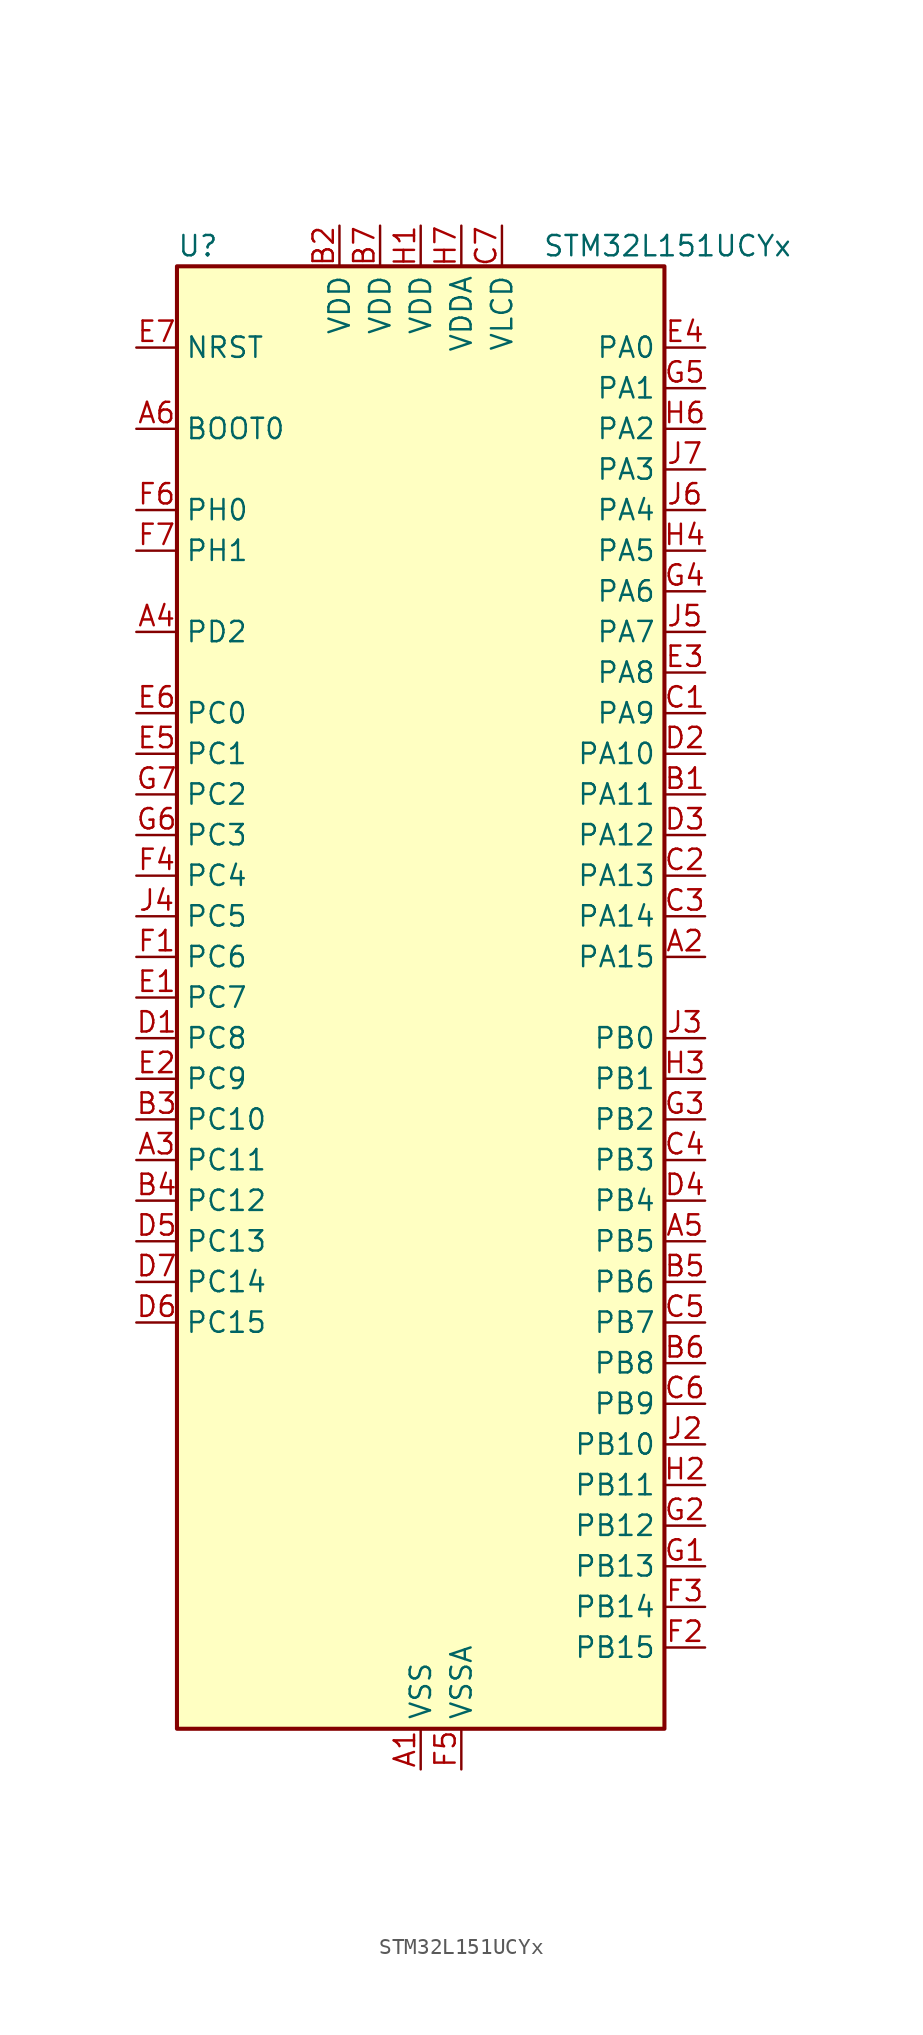
<source format=kicad_sym>
(kicad_symbol_lib
  (version 20241209)
  (generator "kicad_symbol_editor")
  (generator_version "9.0")
  (symbol "STM32L151UCYx"
    (property "Reference" "U"
      (at -15.24 46.99 0)
      (effects (font (size 1.27 1.27)) (justify left)))
    (property "Value" "STM32L151UCYx"
      (at 7.62 46.99 0)
      (effects (font (size 1.27 1.27)) (justify left)))
    (symbol "STM32L151UCYx_0_1"
      (rectangle (start -15.24 -45.72) (end 15.24 45.72) (stroke (width 0.254) (type default)) (fill (type background))))
    (symbol "STM32L151UCYx_1_1"
      (pin input line (at -17.78 40.64 0) (length 2.54) (name "NRST" (effects (font (size 1.27 1.27)))) (number "E7" (effects (font (size 1.27 1.27)))))
      (pin input line (at -17.78 35.56 0) (length 2.54) (name "BOOT0" (effects (font (size 1.27 1.27)))) (number "A6" (effects (font (size 1.27 1.27)))))
      (pin bidirectional line (at -17.78 30.48 0) (length 2.54) (name "PH0" (effects (font (size 1.27 1.27)))) (number "F6" (effects (font (size 1.27 1.27)))) (alternate "RCC_OSC_IN" bidirectional line))
      (pin bidirectional line (at -17.78 27.94 0) (length 2.54) (name "PH1" (effects (font (size 1.27 1.27)))) (number "F7" (effects (font (size 1.27 1.27)))) (alternate "RCC_OSC_OUT" bidirectional line))
      (pin bidirectional line (at -17.78 22.86 0) (length 2.54) (name "PD2" (effects (font (size 1.27 1.27)))) (number "A4" (effects (font (size 1.27 1.27)))) (alternate "TIM3_ETR" bidirectional line) (alternate "TIMX_IC3" bidirectional line))
      (pin bidirectional line (at -17.78 17.78 0) (length 2.54) (name "PC0" (effects (font (size 1.27 1.27)))) (number "E6" (effects (font (size 1.27 1.27)))) (alternate "ADC_IN10" bidirectional line) (alternate "COMP1_INP" bidirectional line) (alternate "TIMX_IC1" bidirectional line) (alternate "TS_G8_IO1" bidirectional line))
      (pin bidirectional line (at -17.78 15.24 0) (length 2.54) (name "PC1" (effects (font (size 1.27 1.27)))) (number "E5" (effects (font (size 1.27 1.27)))) (alternate "ADC_IN11" bidirectional line) (alternate "COMP1_INP" bidirectional line) (alternate "TIMX_IC2" bidirectional line) (alternate "TS_G8_IO2" bidirectional line))
      (pin bidirectional line (at -17.78 12.7 0) (length 2.54) (name "PC2" (effects (font (size 1.27 1.27)))) (number "G7" (effects (font (size 1.27 1.27)))) (alternate "ADC_IN12" bidirectional line) (alternate "COMP1_INP" bidirectional line) (alternate "TIMX_IC3" bidirectional line) (alternate "TS_G8_IO3" bidirectional line))
      (pin bidirectional line (at -17.78 10.16 0) (length 2.54) (name "PC3" (effects (font (size 1.27 1.27)))) (number "G6" (effects (font (size 1.27 1.27)))) (alternate "ADC_IN13" bidirectional line) (alternate "COMP1_INP" bidirectional line) (alternate "TIMX_IC4" bidirectional line) (alternate "TS_G8_IO4" bidirectional line))
      (pin bidirectional line (at -17.78 7.62 0) (length 2.54) (name "PC4" (effects (font (size 1.27 1.27)))) (number "F4" (effects (font (size 1.27 1.27)))) (alternate "ADC_IN14" bidirectional line) (alternate "COMP1_INP" bidirectional line) (alternate "TIMX_IC1" bidirectional line) (alternate "TS_G9_IO1" bidirectional line))
      (pin bidirectional line (at -17.78 5.08 0) (length 2.54) (name "PC5" (effects (font (size 1.27 1.27)))) (number "J4" (effects (font (size 1.27 1.27)))) (alternate "ADC_IN15" bidirectional line) (alternate "COMP1_INP" bidirectional line) (alternate "TIMX_IC2" bidirectional line) (alternate "TS_G9_IO2" bidirectional line))
      (pin bidirectional line (at -17.78 2.54 0) (length 2.54) (name "PC6" (effects (font (size 1.27 1.27)))) (number "F1" (effects (font (size 1.27 1.27)))) (alternate "I2S2_MCK" bidirectional line) (alternate "TIM3_CH1" bidirectional line) (alternate "TIMX_IC3" bidirectional line) (alternate "TS_G10_IO1" bidirectional line))
      (pin bidirectional line (at -17.78 0 0) (length 2.54) (name "PC7" (effects (font (size 1.27 1.27)))) (number "E1" (effects (font (size 1.27 1.27)))) (alternate "I2S3_MCK" bidirectional line) (alternate "TIM3_CH2" bidirectional line) (alternate "TIMX_IC4" bidirectional line) (alternate "TS_G10_IO2" bidirectional line))
      (pin bidirectional line (at -17.78 -2.54 0) (length 2.54) (name "PC8" (effects (font (size 1.27 1.27)))) (number "D1" (effects (font (size 1.27 1.27)))) (alternate "TIM3_CH3" bidirectional line) (alternate "TIMX_IC1" bidirectional line) (alternate "TS_G10_IO3" bidirectional line))
      (pin bidirectional line (at -17.78 -5.08 0) (length 2.54) (name "PC9" (effects (font (size 1.27 1.27)))) (number "E2" (effects (font (size 1.27 1.27)))) (alternate "DAC_EXTI9" bidirectional line) (alternate "TIM3_CH4" bidirectional line) (alternate "TIMX_IC2" bidirectional line) (alternate "TS_G10_IO4" bidirectional line))
      (pin bidirectional line (at -17.78 -7.62 0) (length 2.54) (name "PC10" (effects (font (size 1.27 1.27)))) (number "B3" (effects (font (size 1.27 1.27)))) (alternate "I2S3_CK" bidirectional line) (alternate "SPI3_SCK" bidirectional line) (alternate "TIMX_IC3" bidirectional line) (alternate "USART3_TX" bidirectional line))
      (pin bidirectional line (at -17.78 -10.16 0) (length 2.54) (name "PC11" (effects (font (size 1.27 1.27)))) (number "A3" (effects (font (size 1.27 1.27)))) (alternate "ADC_EXTI11" bidirectional line) (alternate "SPI3_MISO" bidirectional line) (alternate "TIMX_IC4" bidirectional line) (alternate "USART3_RX" bidirectional line))
      (pin bidirectional line (at -17.78 -12.7 0) (length 2.54) (name "PC12" (effects (font (size 1.27 1.27)))) (number "B4" (effects (font (size 1.27 1.27)))) (alternate "I2S3_SD" bidirectional line) (alternate "SPI3_MOSI" bidirectional line) (alternate "TIMX_IC1" bidirectional line) (alternate "USART3_CK" bidirectional line))
      (pin bidirectional line (at -17.78 -15.24 0) (length 2.54) (name "PC13" (effects (font (size 1.27 1.27)))) (number "D5" (effects (font (size 1.27 1.27)))) (alternate "RTC_OUT_ALARM" bidirectional line) (alternate "RTC_OUT_CALIB" bidirectional line) (alternate "RTC_TAMP1" bidirectional line) (alternate "RTC_TS" bidirectional line) (alternate "SYS_WKUP2" bidirectional line) (alternate "TIMX_IC2" bidirectional line))
      (pin bidirectional line (at -17.78 -17.78 0) (length 2.54) (name "PC14" (effects (font (size 1.27 1.27)))) (number "D7" (effects (font (size 1.27 1.27)))) (alternate "RCC_OSC32_IN" bidirectional line) (alternate "TIMX_IC3" bidirectional line))
      (pin bidirectional line (at -17.78 -20.32 0) (length 2.54) (name "PC15" (effects (font (size 1.27 1.27)))) (number "D6" (effects (font (size 1.27 1.27)))) (alternate "ADC_EXTI15" bidirectional line) (alternate "RCC_OSC32_OUT" bidirectional line) (alternate "TIMX_IC4" bidirectional line))
      (pin power_in line (at -5.08 48.26 270) (length 2.54) (name "VDD" (effects (font (size 1.27 1.27)))) (number "B2" (effects (font (size 1.27 1.27)))))
      (pin power_in line (at -2.54 48.26 270) (length 2.54) (name "VDD" (effects (font (size 1.27 1.27)))) (number "B7" (effects (font (size 1.27 1.27)))))
      (pin power_in line (at 0 48.26 270) (length 2.54) (name "VDD" (effects (font (size 1.27 1.27)))) (number "H1" (effects (font (size 1.27 1.27)))))
      (pin power_in line (at 0 -48.26 90) (length 2.54) (name "VSS" (effects (font (size 1.27 1.27)))) (number "A1" (effects (font (size 1.27 1.27)))))
      (pin passive line (at 0 -48.26 90) (length 2.54) (hide yes) (name "VSS" (effects (font (size 1.27 1.27)))) (number "A7" (effects (font (size 1.27 1.27)))))
      (pin passive line (at 0 -48.26 90) (length 2.54) (hide yes) (name "VSS" (effects (font (size 1.27 1.27)))) (number "H5" (effects (font (size 1.27 1.27)))))
      (pin passive line (at 0 -48.26 90) (length 2.54) (hide yes) (name "VSS" (effects (font (size 1.27 1.27)))) (number "J1" (effects (font (size 1.27 1.27)))))
      (pin power_in line (at 2.54 48.26 270) (length 2.54) (name "VDDA" (effects (font (size 1.27 1.27)))) (number "H7" (effects (font (size 1.27 1.27)))))
      (pin power_in line (at 2.54 -48.26 90) (length 2.54) (name "VSSA" (effects (font (size 1.27 1.27)))) (number "F5" (effects (font (size 1.27 1.27)))))
      (pin power_in line (at 5.08 48.26 270) (length 2.54) (name "VLCD" (effects (font (size 1.27 1.27)))) (number "C7" (effects (font (size 1.27 1.27)))))
      (pin bidirectional line (at 17.78 40.64 180) (length 2.54) (name "PA0" (effects (font (size 1.27 1.27)))) (number "E4" (effects (font (size 1.27 1.27)))) (alternate "ADC_IN0" bidirectional line) (alternate "COMP1_INP" bidirectional line) (alternate "RTC_TAMP2" bidirectional line) (alternate "SYS_WKUP1" bidirectional line) (alternate "TIM2_CH1" bidirectional line) (alternate "TIM2_ETR" bidirectional line) (alternate "TIM5_CH1" bidirectional line) (alternate "TIMX_IC1" bidirectional line) (alternate "TS_G1_IO1" bidirectional line) (alternate "USART2_CTS" bidirectional line))
      (pin bidirectional line (at 17.78 38.1 180) (length 2.54) (name "PA1" (effects (font (size 1.27 1.27)))) (number "G5" (effects (font (size 1.27 1.27)))) (alternate "ADC_IN1" bidirectional line) (alternate "COMP1_INP" bidirectional line) (alternate "OPAMP1_VINP" bidirectional line) (alternate "TIM2_CH2" bidirectional line) (alternate "TIM5_CH2" bidirectional line) (alternate "TIMX_IC2" bidirectional line) (alternate "TS_G1_IO2" bidirectional line) (alternate "USART2_RTS" bidirectional line))
      (pin bidirectional line (at 17.78 35.56 180) (length 2.54) (name "PA2" (effects (font (size 1.27 1.27)))) (number "H6" (effects (font (size 1.27 1.27)))) (alternate "ADC_IN2" bidirectional line) (alternate "COMP1_INP" bidirectional line) (alternate "OPAMP1_VINM" bidirectional line) (alternate "TIM2_CH3" bidirectional line) (alternate "TIM5_CH3" bidirectional line) (alternate "TIM9_CH1" bidirectional line) (alternate "TIMX_IC3" bidirectional line) (alternate "TS_G1_IO3" bidirectional line) (alternate "USART2_TX" bidirectional line))
      (pin bidirectional line (at 17.78 33.02 180) (length 2.54) (name "PA3" (effects (font (size 1.27 1.27)))) (number "J7" (effects (font (size 1.27 1.27)))) (alternate "ADC_IN3" bidirectional line) (alternate "COMP1_INP" bidirectional line) (alternate "OPAMP1_VOUT" bidirectional line) (alternate "TIM2_CH4" bidirectional line) (alternate "TIM5_CH4" bidirectional line) (alternate "TIM9_CH2" bidirectional line) (alternate "TIMX_IC4" bidirectional line) (alternate "TS_G1_IO4" bidirectional line) (alternate "USART2_RX" bidirectional line))
      (pin bidirectional line (at 17.78 30.48 180) (length 2.54) (name "PA4" (effects (font (size 1.27 1.27)))) (number "J6" (effects (font (size 1.27 1.27)))) (alternate "ADC_IN4" bidirectional line) (alternate "COMP1_INP" bidirectional line) (alternate "DAC_OUT1" bidirectional line) (alternate "I2S3_WS" bidirectional line) (alternate "SPI1_NSS" bidirectional line) (alternate "SPI3_NSS" bidirectional line) (alternate "TIMX_IC1" bidirectional line) (alternate "USART2_CK" bidirectional line))
      (pin bidirectional line (at 17.78 27.94 180) (length 2.54) (name "PA5" (effects (font (size 1.27 1.27)))) (number "H4" (effects (font (size 1.27 1.27)))) (alternate "ADC_IN5" bidirectional line) (alternate "COMP1_INP" bidirectional line) (alternate "DAC_OUT2" bidirectional line) (alternate "SPI1_SCK" bidirectional line) (alternate "TIM2_CH1" bidirectional line) (alternate "TIM2_ETR" bidirectional line) (alternate "TIMX_IC2" bidirectional line))
      (pin bidirectional line (at 17.78 25.4 180) (length 2.54) (name "PA6" (effects (font (size 1.27 1.27)))) (number "G4" (effects (font (size 1.27 1.27)))) (alternate "ADC_IN6" bidirectional line) (alternate "COMP1_INP" bidirectional line) (alternate "OPAMP2_VINP" bidirectional line) (alternate "SPI1_MISO" bidirectional line) (alternate "TIM10_CH1" bidirectional line) (alternate "TIM3_CH1" bidirectional line) (alternate "TIMX_IC3" bidirectional line) (alternate "TS_G2_IO1" bidirectional line))
      (pin bidirectional line (at 17.78 22.86 180) (length 2.54) (name "PA7" (effects (font (size 1.27 1.27)))) (number "J5" (effects (font (size 1.27 1.27)))) (alternate "ADC_IN7" bidirectional line) (alternate "COMP1_INP" bidirectional line) (alternate "OPAMP2_VINM" bidirectional line) (alternate "SPI1_MOSI" bidirectional line) (alternate "TIM11_CH1" bidirectional line) (alternate "TIM3_CH2" bidirectional line) (alternate "TIMX_IC4" bidirectional line) (alternate "TS_G2_IO2" bidirectional line))
      (pin bidirectional line (at 17.78 20.32 180) (length 2.54) (name "PA8" (effects (font (size 1.27 1.27)))) (number "E3" (effects (font (size 1.27 1.27)))) (alternate "RCC_MCO" bidirectional line) (alternate "TIMX_IC1" bidirectional line) (alternate "TS_G4_IO1" bidirectional line) (alternate "USART1_CK" bidirectional line))
      (pin bidirectional line (at 17.78 17.78 180) (length 2.54) (name "PA9" (effects (font (size 1.27 1.27)))) (number "C1" (effects (font (size 1.27 1.27)))) (alternate "DAC_EXTI9" bidirectional line) (alternate "TIMX_IC2" bidirectional line) (alternate "TS_G4_IO2" bidirectional line) (alternate "USART1_TX" bidirectional line))
      (pin bidirectional line (at 17.78 15.24 180) (length 2.54) (name "PA10" (effects (font (size 1.27 1.27)))) (number "D2" (effects (font (size 1.27 1.27)))) (alternate "TIMX_IC3" bidirectional line) (alternate "TS_G4_IO3" bidirectional line) (alternate "USART1_RX" bidirectional line))
      (pin bidirectional line (at 17.78 12.7 180) (length 2.54) (name "PA11" (effects (font (size 1.27 1.27)))) (number "B1" (effects (font (size 1.27 1.27)))) (alternate "ADC_EXTI11" bidirectional line) (alternate "SPI1_MISO" bidirectional line) (alternate "TIMX_IC4" bidirectional line) (alternate "USART1_CTS" bidirectional line) (alternate "USB_DM" bidirectional line))
      (pin bidirectional line (at 17.78 10.16 180) (length 2.54) (name "PA12" (effects (font (size 1.27 1.27)))) (number "D3" (effects (font (size 1.27 1.27)))) (alternate "SPI1_MOSI" bidirectional line) (alternate "TIMX_IC1" bidirectional line) (alternate "USART1_RTS" bidirectional line) (alternate "USB_DP" bidirectional line))
      (pin bidirectional line (at 17.78 7.62 180) (length 2.54) (name "PA13" (effects (font (size 1.27 1.27)))) (number "C2" (effects (font (size 1.27 1.27)))) (alternate "SYS_JTMS-SWDIO" bidirectional line) (alternate "TIMX_IC2" bidirectional line) (alternate "TS_G5_IO1" bidirectional line))
      (pin bidirectional line (at 17.78 5.08 180) (length 2.54) (name "PA14" (effects (font (size 1.27 1.27)))) (number "C3" (effects (font (size 1.27 1.27)))) (alternate "SYS_JTCK-SWCLK" bidirectional line) (alternate "TIMX_IC3" bidirectional line) (alternate "TS_G5_IO2" bidirectional line))
      (pin bidirectional line (at 17.78 2.54 180) (length 2.54) (name "PA15" (effects (font (size 1.27 1.27)))) (number "A2" (effects (font (size 1.27 1.27)))) (alternate "ADC_EXTI15" bidirectional line) (alternate "I2S3_WS" bidirectional line) (alternate "SPI1_NSS" bidirectional line) (alternate "SPI3_NSS" bidirectional line) (alternate "SYS_JTDI" bidirectional line) (alternate "TIM2_CH1" bidirectional line) (alternate "TIM2_ETR" bidirectional line) (alternate "TIMX_IC4" bidirectional line) (alternate "TS_G5_IO3" bidirectional line))
      (pin bidirectional line (at 17.78 -2.54 180) (length 2.54) (name "PB0" (effects (font (size 1.27 1.27)))) (number "J3" (effects (font (size 1.27 1.27)))) (alternate "ADC_IN8" bidirectional line) (alternate "COMP1_INP" bidirectional line) (alternate "OPAMP2_VOUT" bidirectional line) (alternate "SYS_V_REF_OUT" bidirectional line) (alternate "TIM3_CH3" bidirectional line) (alternate "TS_G3_IO1" bidirectional line))
      (pin bidirectional line (at 17.78 -5.08 180) (length 2.54) (name "PB1" (effects (font (size 1.27 1.27)))) (number "H3" (effects (font (size 1.27 1.27)))) (alternate "ADC_IN9" bidirectional line) (alternate "COMP1_INP" bidirectional line) (alternate "SYS_V_REF_OUT" bidirectional line) (alternate "TIM3_CH4" bidirectional line) (alternate "TS_G3_IO2" bidirectional line))
      (pin bidirectional line (at 17.78 -7.62 180) (length 2.54) (name "PB2" (effects (font (size 1.27 1.27)))) (number "G3" (effects (font (size 1.27 1.27)))) (alternate "TS_G3_IO3" bidirectional line))
      (pin bidirectional line (at 17.78 -10.16 180) (length 2.54) (name "PB3" (effects (font (size 1.27 1.27)))) (number "C4" (effects (font (size 1.27 1.27)))) (alternate "COMP2_INM" bidirectional line) (alternate "I2S3_CK" bidirectional line) (alternate "SPI1_SCK" bidirectional line) (alternate "SPI3_SCK" bidirectional line) (alternate "SYS_JTDO-TRACESWO" bidirectional line) (alternate "TIM2_CH2" bidirectional line))
      (pin bidirectional line (at 17.78 -12.7 180) (length 2.54) (name "PB4" (effects (font (size 1.27 1.27)))) (number "D4" (effects (font (size 1.27 1.27)))) (alternate "COMP2_INP" bidirectional line) (alternate "SPI1_MISO" bidirectional line) (alternate "SPI3_MISO" bidirectional line) (alternate "SYS_JTRST" bidirectional line) (alternate "TIM3_CH1" bidirectional line) (alternate "TS_G6_IO1" bidirectional line))
      (pin bidirectional line (at 17.78 -15.24 180) (length 2.54) (name "PB5" (effects (font (size 1.27 1.27)))) (number "A5" (effects (font (size 1.27 1.27)))) (alternate "COMP2_INP" bidirectional line) (alternate "I2C1_SMBA" bidirectional line) (alternate "I2S3_SD" bidirectional line) (alternate "SPI1_MOSI" bidirectional line) (alternate "SPI3_MOSI" bidirectional line) (alternate "TIM3_CH2" bidirectional line) (alternate "TS_G6_IO2" bidirectional line))
      (pin bidirectional line (at 17.78 -17.78 180) (length 2.54) (name "PB6" (effects (font (size 1.27 1.27)))) (number "B5" (effects (font (size 1.27 1.27)))) (alternate "COMP2_INP" bidirectional line) (alternate "I2C1_SCL" bidirectional line) (alternate "TIM4_CH1" bidirectional line) (alternate "TS_G6_IO3" bidirectional line) (alternate "USART1_TX" bidirectional line))
      (pin bidirectional line (at 17.78 -20.32 180) (length 2.54) (name "PB7" (effects (font (size 1.27 1.27)))) (number "C5" (effects (font (size 1.27 1.27)))) (alternate "COMP2_INP" bidirectional line) (alternate "I2C1_SDA" bidirectional line) (alternate "SYS_PVD_IN" bidirectional line) (alternate "TIM4_CH2" bidirectional line) (alternate "TS_G6_IO4" bidirectional line) (alternate "USART1_RX" bidirectional line))
      (pin bidirectional line (at 17.78 -22.86 180) (length 2.54) (name "PB8" (effects (font (size 1.27 1.27)))) (number "B6" (effects (font (size 1.27 1.27)))) (alternate "I2C1_SCL" bidirectional line) (alternate "TIM10_CH1" bidirectional line) (alternate "TIM4_CH3" bidirectional line))
      (pin bidirectional line (at 17.78 -25.4 180) (length 2.54) (name "PB9" (effects (font (size 1.27 1.27)))) (number "C6" (effects (font (size 1.27 1.27)))) (alternate "DAC_EXTI9" bidirectional line) (alternate "I2C1_SDA" bidirectional line) (alternate "TIM11_CH1" bidirectional line) (alternate "TIM4_CH4" bidirectional line))
      (pin bidirectional line (at 17.78 -27.94 180) (length 2.54) (name "PB10" (effects (font (size 1.27 1.27)))) (number "J2" (effects (font (size 1.27 1.27)))) (alternate "I2C2_SCL" bidirectional line) (alternate "TIM2_CH3" bidirectional line) (alternate "USART3_TX" bidirectional line))
      (pin bidirectional line (at 17.78 -30.48 180) (length 2.54) (name "PB11" (effects (font (size 1.27 1.27)))) (number "H2" (effects (font (size 1.27 1.27)))) (alternate "ADC_EXTI11" bidirectional line) (alternate "I2C2_SDA" bidirectional line) (alternate "TIM2_CH4" bidirectional line) (alternate "USART3_RX" bidirectional line))
      (pin bidirectional line (at 17.78 -33.02 180) (length 2.54) (name "PB12" (effects (font (size 1.27 1.27)))) (number "G2" (effects (font (size 1.27 1.27)))) (alternate "ADC_IN18" bidirectional line) (alternate "COMP1_INP" bidirectional line) (alternate "I2C2_SMBA" bidirectional line) (alternate "I2S2_WS" bidirectional line) (alternate "SPI2_NSS" bidirectional line) (alternate "TIM10_CH1" bidirectional line) (alternate "TS_G7_IO1" bidirectional line) (alternate "USART3_CK" bidirectional line))
      (pin bidirectional line (at 17.78 -35.56 180) (length 2.54) (name "PB13" (effects (font (size 1.27 1.27)))) (number "G1" (effects (font (size 1.27 1.27)))) (alternate "ADC_IN19" bidirectional line) (alternate "COMP1_INP" bidirectional line) (alternate "I2S2_CK" bidirectional line) (alternate "SPI2_SCK" bidirectional line) (alternate "TIM9_CH1" bidirectional line) (alternate "TS_G7_IO2" bidirectional line) (alternate "USART3_CTS" bidirectional line))
      (pin bidirectional line (at 17.78 -38.1 180) (length 2.54) (name "PB14" (effects (font (size 1.27 1.27)))) (number "F3" (effects (font (size 1.27 1.27)))) (alternate "ADC_IN20" bidirectional line) (alternate "COMP1_INP" bidirectional line) (alternate "SPI2_MISO" bidirectional line) (alternate "TIM9_CH2" bidirectional line) (alternate "TS_G7_IO3" bidirectional line) (alternate "USART3_RTS" bidirectional line))
      (pin bidirectional line (at 17.78 -40.64 180) (length 2.54) (name "PB15" (effects (font (size 1.27 1.27)))) (number "F2" (effects (font (size 1.27 1.27)))) (alternate "ADC_EXTI15" bidirectional line) (alternate "ADC_IN21" bidirectional line) (alternate "COMP1_INP" bidirectional line) (alternate "I2S2_SD" bidirectional line) (alternate "RTC_REFIN" bidirectional line) (alternate "SPI2_MOSI" bidirectional line) (alternate "TIM11_CH1" bidirectional line) (alternate "TS_G7_IO4" bidirectional line)))))
</source>
